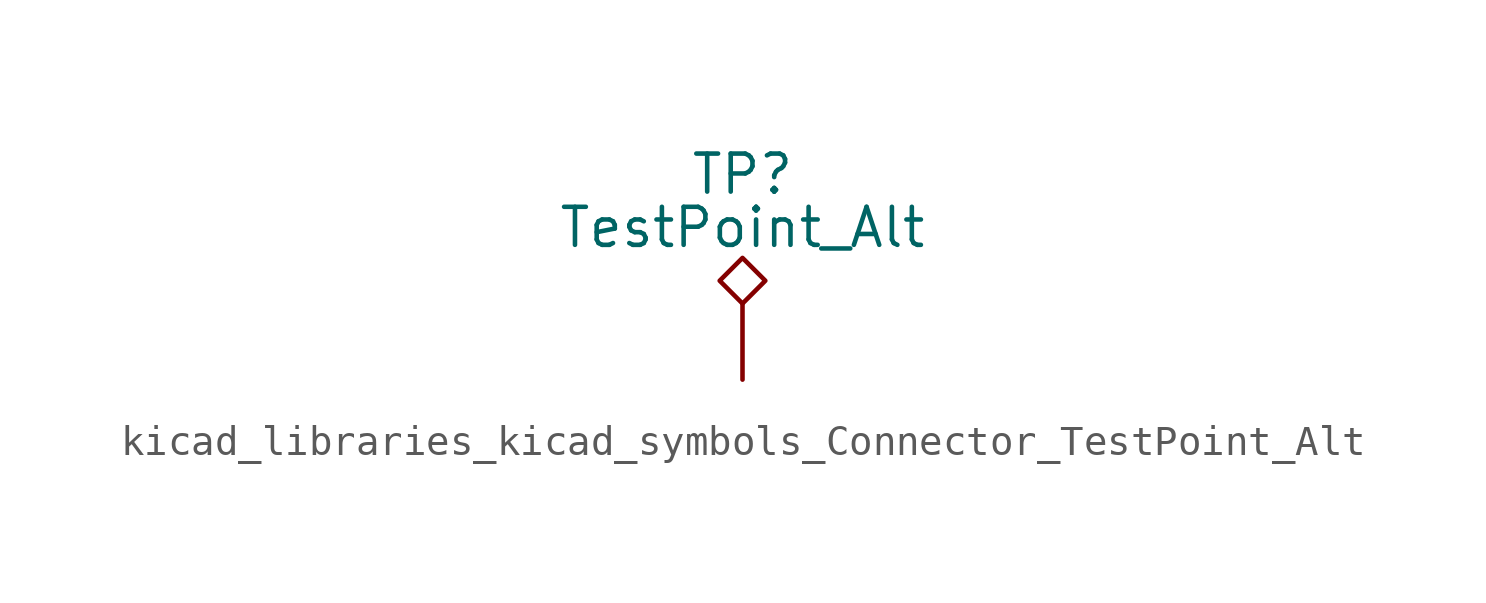
<source format=kicad_sym>
(kicad_symbol_lib
  (version 20220914)
  (generator kicad_symbol_editor)
  (symbol "kicad_libraries_kicad_symbols_Connector_TestPoint_Alt"
    (pin_numbers hide)
    (pin_names
      (offset 0.762) hide)
    (property "Reference" "TP"
      (at 0 6.858 0)
      (effects (font (size 1.27 1.27))))
    (property "Value" "TestPoint_Alt"
      (at 0 5.08 0)
      (effects (font (size 1.27 1.27))))
    (symbol "kicad_libraries_kicad_symbols_Connector_TestPoint_Alt_0_1"
      (polyline (pts (xy 0 2.54) (xy -0.762 3.302) (xy 0 4.064) (xy 0.762 3.302) (xy 0 2.54)) (stroke (width 0) (type default)) (fill (type none))))
    (symbol "kicad_libraries_kicad_symbols_Connector_TestPoint_Alt_1_1"
      (pin passive line (at 0 0 90) (length 2.54) (name "1" (effects (font (size 1.27 1.27)))) (number "1" (effects (font (size 1.27 1.27))))))))
</source>
